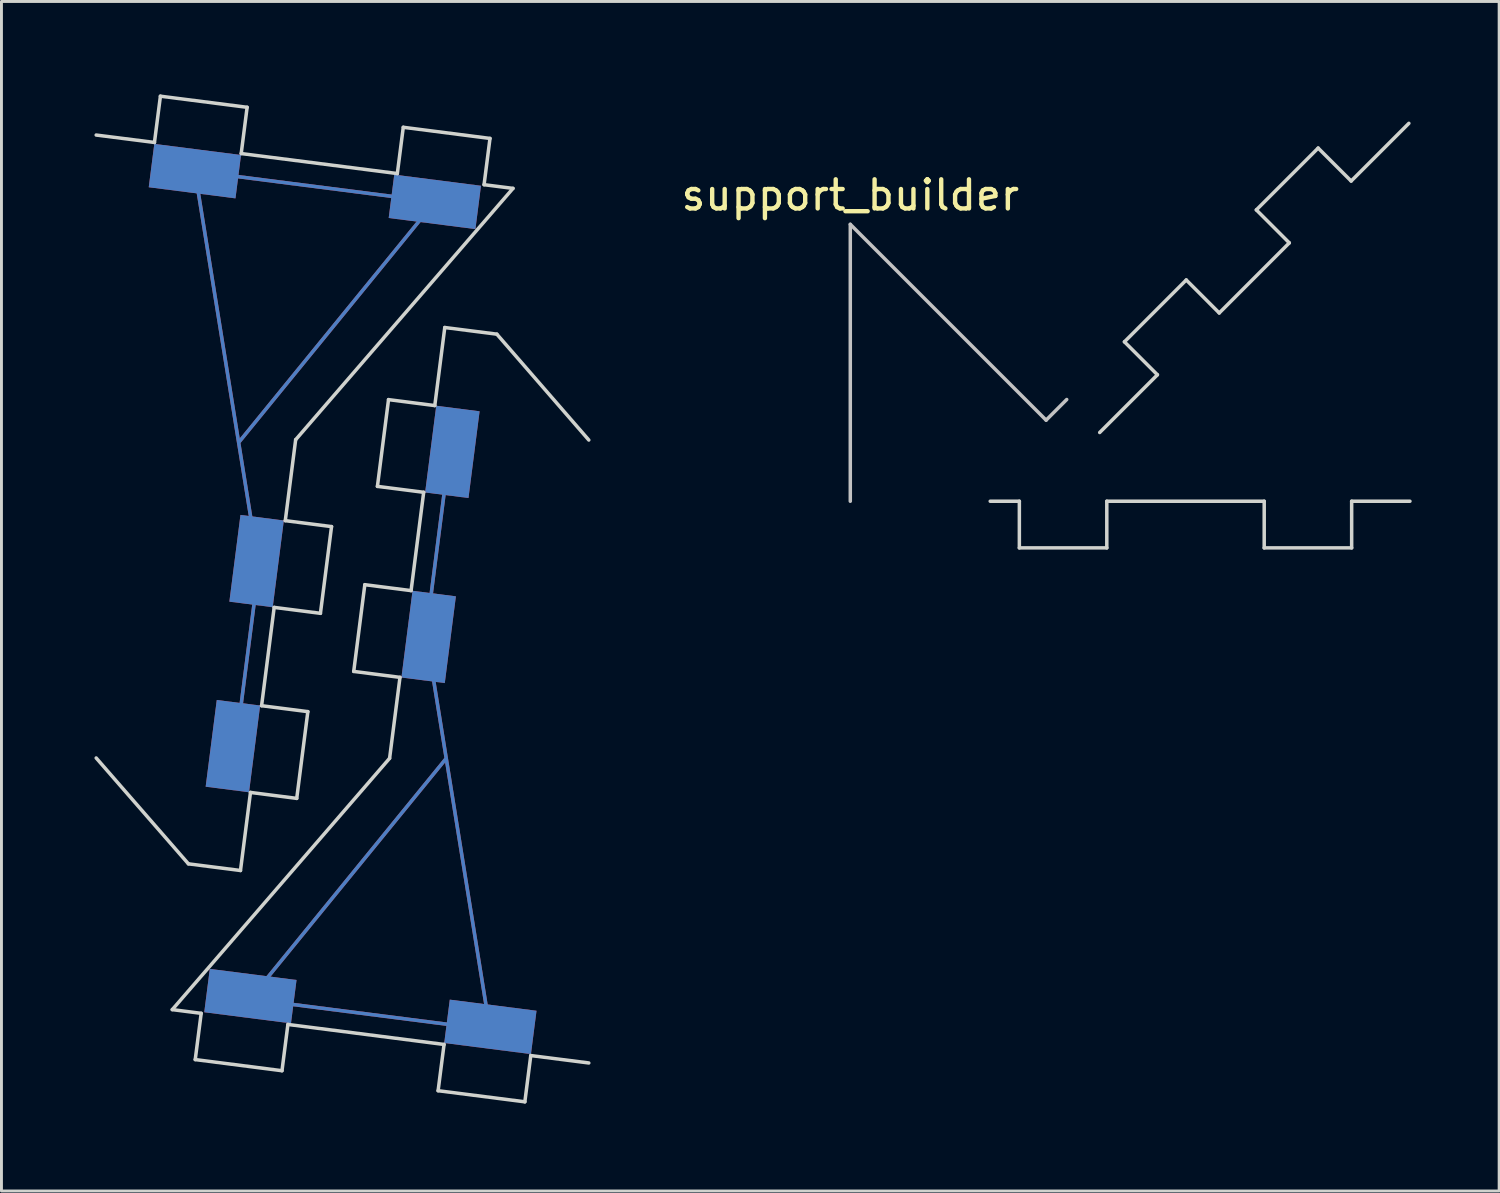
<source format=kicad_pcb>
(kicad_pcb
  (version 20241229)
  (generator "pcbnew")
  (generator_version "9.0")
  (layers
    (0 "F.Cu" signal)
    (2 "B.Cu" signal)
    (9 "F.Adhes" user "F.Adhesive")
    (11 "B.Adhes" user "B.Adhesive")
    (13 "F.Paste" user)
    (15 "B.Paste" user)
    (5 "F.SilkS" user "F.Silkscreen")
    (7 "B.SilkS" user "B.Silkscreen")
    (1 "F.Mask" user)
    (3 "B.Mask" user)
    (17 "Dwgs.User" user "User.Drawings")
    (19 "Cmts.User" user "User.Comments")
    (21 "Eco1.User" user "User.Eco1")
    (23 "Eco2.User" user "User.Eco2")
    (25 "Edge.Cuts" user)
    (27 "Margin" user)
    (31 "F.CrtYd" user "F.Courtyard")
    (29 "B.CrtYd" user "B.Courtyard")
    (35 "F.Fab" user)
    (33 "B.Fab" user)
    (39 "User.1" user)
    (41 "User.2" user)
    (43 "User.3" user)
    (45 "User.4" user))
  (footprint "support_builder"
    (layer "F.Cu")
    (at 26.121 4.646)
    (property "Reference" "support_builder" (at 0 -1 0) (layer "F.SilkS") (effects (font (size 1 1) (thickness 0.15))))
    (attr through_hole)
    (fp_line (start 9.405 4.031) (end 11.526 1.909) (stroke (width 0.12) (type solid)) (layer "B.Paste"))
    (fp_line (start 12.657 3.041) (end 10.536 5.162) (stroke (width 0.12) (type solid)) (layer "B.Paste"))
    (fp_line (start 15.061 0.636) (end 17.183 -1.485) (stroke (width 0.12) (type solid)) (layer "B.Paste"))
    (fp_line (start 16.051 -2.616) (end 13.93 -0.495) (stroke (width 0.12) (type solid)) (layer "B.Paste"))
    (fp_poly (pts (xy 10.536 5.162) (xy 8.556 7.142) (xy 7.425 6.01) (xy 9.405 4.031)) (stroke (width 0.1) (type solid)) (fill yes) (layer "B.Paste"))
    (fp_poly (pts (xy 15.061 0.636) (xy 12.657 3.041) (xy 11.526 1.909) (xy 13.93 -0.495)) (stroke (width 0.1) (type solid)) (fill yes) (layer "B.Paste"))
    (fp_poly (pts (xy 19.163 -3.465) (xy 17.183 -1.485) (xy 16.051 -2.616) (xy 18.031 -4.596)) (stroke (width 0.1) (type solid)) (fill yes) (layer "B.Paste"))
    (fp_line (start 0 0) (end 0 9.5) (stroke (width 0.12) (type solid)) (layer "Dwgs.User"))
    (fp_line (start 0 0) (end 6.718 6.718) (stroke (width 0.12) (type solid)) (layer "Dwgs.User"))
    (fp_line (start 6.718 6.718) (end 7.425 6.01) (stroke (width 0.12) (type solid)) (layer "Dwgs.User"))
    (fp_line (start 5.8 9.5) (end 8.8 9.5) (stroke (width 0.12) (type solid)) (layer "Eco1.User"))
    (fp_line (start 8.8 11.1) (end 5.8 11.1) (stroke (width 0.12) (type solid)) (layer "Eco1.User"))
    (fp_line (start 14.2 9.5) (end 17.2 9.5) (stroke (width 0.12) (type solid)) (layer "Eco1.User"))
    (fp_line (start 17.2 11.1) (end 14.2 11.1) (stroke (width 0.12) (type solid)) (layer "Eco1.User"))
    (fp_poly (pts (xy 5.8 11.1) (xy -2 11.1) (xy -2 9.5) (xy 5.8 9.5)) (stroke (width 0.1) (type solid)) (fill no) (layer "Eco1.User"))
    (fp_poly (pts (xy 14.2 11.1) (xy 8.8 11.1) (xy 8.8 9.5) (xy 14.2 9.5)) (stroke (width 0.1) (type solid)) (fill no) (layer "Eco1.User"))
    (fp_poly (pts (xy 17.2 11.1) (xy 19.2 11.1) (xy 19.2 9.5) (xy 17.2 9.5)) (stroke (width 0.1) (type solid)) (fill no) (layer "Eco1.User"))
    (fp_line (start 5.8 9.5) (end 4.8 9.5) (stroke (width 0.12) (type solid)) (layer "Edge.Cuts"))
    (fp_line (start 5.8 9.5) (end 5.8 11.1) (stroke (width 0.12) (type solid)) (layer "Edge.Cuts"))
    (fp_line (start 5.8 11.1) (end 8.8 11.1) (stroke (width 0.12) (type solid)) (layer "Edge.Cuts"))
    (fp_line (start 8.8 9.5) (end 14.2 9.5) (stroke (width 0.12) (type solid)) (layer "Edge.Cuts"))
    (fp_line (start 8.8 11.1) (end 8.8 9.5) (stroke (width 0.12) (type solid)) (layer "Edge.Cuts"))
    (fp_line (start 9.405 4.031) (end 10.536 5.162) (stroke (width 0.12) (type solid)) (layer "Edge.Cuts"))
    (fp_line (start 10.536 5.162) (end 8.556 7.142) (stroke (width 0.12) (type solid)) (layer "Edge.Cuts"))
    (fp_line (start 11.526 1.909) (end 9.405 4.031) (stroke (width 0.12) (type solid)) (layer "Edge.Cuts"))
    (fp_line (start 12.657 3.041) (end 11.526 1.909) (stroke (width 0.12) (type solid)) (layer "Edge.Cuts"))
    (fp_line (start 13.93 -0.495) (end 15.061 0.636) (stroke (width 0.12) (type solid)) (layer "Edge.Cuts"))
    (fp_line (start 14.2 9.5) (end 14.2 11.1) (stroke (width 0.12) (type solid)) (layer "Edge.Cuts"))
    (fp_line (start 14.2 11.1) (end 17.2 11.1) (stroke (width 0.12) (type solid)) (layer "Edge.Cuts"))
    (fp_line (start 15.061 0.636) (end 12.657 3.041) (stroke (width 0.12) (type solid)) (layer "Edge.Cuts"))
    (fp_line (start 16.051 -2.616) (end 13.93 -0.495) (stroke (width 0.12) (type solid)) (layer "Edge.Cuts"))
    (fp_line (start 17.183 -1.485) (end 16.051 -2.616) (stroke (width 0.12) (type solid)) (layer "Edge.Cuts"))
    (fp_line (start 17.2 9.5) (end 19.2 9.5) (stroke (width 0.12) (type solid)) (layer "Edge.Cuts"))
    (fp_line (start 17.2 11.1) (end 17.2 9.5) (stroke (width 0.12) (type solid)) (layer "Edge.Cuts"))
    (fp_line (start 19.163 -3.465) (end 17.183 -1.485) (stroke (width 0.12) (type solid)) (layer "Edge.Cuts")))
  (footprint "support_90deg"
    (layer "F.Cu")
    (at 0.25 0.25)
    (property "Reference" "support_90deg" (at 13.779 21.275 82.7) (layer "Eco1.User") (effects (font (size 1 1) (thickness 0.15))))
    (attr through_hole)
    (fp_line (start 3.386 2.571) (end 11.618 3.626) (stroke (width 0.12) (type solid)) (layer "F.Cu"))
    (fp_line (start 4.789 22.309) (end 5.577 16.16) (stroke (width 0.12) (type solid)) (layer "F.Cu"))
    (fp_line (start 5.278 30.973) (end 11.976 22.758) (stroke (width 0.12) (type solid)) (layer "F.Cu"))
    (fp_line (start 5.577 16.16) (end 3.386 2.571) (stroke (width 0.12) (type solid)) (layer "F.Cu"))
    (fp_line (start 11.319 18.439) (end 13.51 32.028) (stroke (width 0.12) (type solid)) (layer "F.Cu"))
    (fp_line (start 11.618 3.626) (end 4.92 11.841) (stroke (width 0.12) (type solid)) (layer "F.Cu"))
    (fp_line (start 12.107 12.29) (end 11.319 18.439) (stroke (width 0.12) (type solid)) (layer "F.Cu"))
    (fp_line (start 13.51 32.028) (end 5.278 30.973) (stroke (width 0.12) (type solid)) (layer "F.Cu"))
    (fp_line (start 3.386 2.571) (end 11.618 3.626) (stroke (width 0.12) (type solid)) (layer "B.Cu"))
    (fp_line (start 4.789 22.309) (end 5.577 16.16) (stroke (width 0.12) (type solid)) (layer "B.Cu"))
    (fp_line (start 5.278 30.973) (end 11.976 22.758) (stroke (width 0.12) (type solid)) (layer "B.Cu"))
    (fp_line (start 5.577 16.16) (end 3.386 2.571) (stroke (width 0.12) (type solid)) (layer "B.Cu"))
    (fp_line (start 11.319 18.439) (end 13.51 32.028) (stroke (width 0.12) (type solid)) (layer "B.Cu"))
    (fp_line (start 11.618 3.626) (end 4.92 11.841) (stroke (width 0.12) (type solid)) (layer "B.Cu"))
    (fp_line (start 12.107 12.29) (end 11.319 18.439) (stroke (width 0.12) (type solid)) (layer "B.Cu"))
    (fp_line (start 13.51 32.028) (end 5.278 30.973) (stroke (width 0.12) (type solid)) (layer "B.Cu"))
    (fp_line (start 0 22.704) (end 3.164 26.336) (stroke (width 0.12) (type solid)) (layer "Edge.Cuts"))
    (fp_line (start 1.999 1.587) (end 0 1.333) (stroke (width 0.12) (type solid)) (layer "Edge.Cuts"))
    (fp_line (start 2.203 0) (end 1.999 1.587) (stroke (width 0.12) (type solid)) (layer "Edge.Cuts"))
    (fp_line (start 3.398 33.051) (end 6.374 33.433) (stroke (width 0.12) (type solid)) (layer "Edge.Cuts"))
    (fp_line (start 3.602 31.464) (end 2.61 31.337) (stroke (width 0.12) (type solid)) (layer "Edge.Cuts"))
    (fp_line (start 3.602 31.464) (end 3.398 33.051) (stroke (width 0.12) (type solid)) (layer "Edge.Cuts"))
    (fp_line (start 4.95 26.564) (end 3.164 26.336) (stroke (width 0.12) (type solid)) (layer "Edge.Cuts"))
    (fp_line (start 4.95 26.564) (end 5.293 23.886) (stroke (width 0.12) (type solid)) (layer "Edge.Cuts"))
    (fp_line (start 4.975 1.968) (end 5.178 0.381) (stroke (width 0.12) (type solid)) (layer "Edge.Cuts"))
    (fp_line (start 5.178 0.381) (end 2.203 0) (stroke (width 0.12) (type solid)) (layer "Edge.Cuts"))
    (fp_line (start 5.293 23.886) (end 6.88 24.09) (stroke (width 0.12) (type solid)) (layer "Edge.Cuts"))
    (fp_line (start 5.674 20.911) (end 6.106 17.538) (stroke (width 0.12) (type solid)) (layer "Edge.Cuts"))
    (fp_line (start 6.106 17.538) (end 7.693 17.741) (stroke (width 0.12) (type solid)) (layer "Edge.Cuts"))
    (fp_line (start 6.374 33.433) (end 6.577 31.846) (stroke (width 0.12) (type solid)) (layer "Edge.Cuts"))
    (fp_line (start 6.487 14.562) (end 6.843 11.785) (stroke (width 0.12) (type solid)) (layer "Edge.Cuts"))
    (fp_line (start 6.577 31.846) (end 11.934 32.532) (stroke (width 0.12) (type solid)) (layer "Edge.Cuts"))
    (fp_line (start 6.843 11.785) (end 14.299 3.163) (stroke (width 0.12) (type solid)) (layer "Edge.Cuts"))
    (fp_line (start 6.88 24.09) (end 7.261 21.114) (stroke (width 0.12) (type solid)) (layer "Edge.Cuts"))
    (fp_line (start 7.261 21.114) (end 5.674 20.911) (stroke (width 0.12) (type solid)) (layer "Edge.Cuts"))
    (fp_line (start 7.693 17.741) (end 8.074 14.766) (stroke (width 0.12) (type solid)) (layer "Edge.Cuts"))
    (fp_line (start 8.074 14.766) (end 6.487 14.562) (stroke (width 0.12) (type solid)) (layer "Edge.Cuts"))
    (fp_line (start 8.835 19.734) (end 10.422 19.938) (stroke (width 0.12) (type solid)) (layer "Edge.Cuts"))
    (fp_line (start 9.216 16.759) (end 8.835 19.734) (stroke (width 0.12) (type solid)) (layer "Edge.Cuts"))
    (fp_line (start 9.648 13.386) (end 11.235 13.589) (stroke (width 0.12) (type solid)) (layer "Edge.Cuts"))
    (fp_line (start 10.029 10.41) (end 9.648 13.386) (stroke (width 0.12) (type solid)) (layer "Edge.Cuts"))
    (fp_line (start 10.066 22.715) (end 2.61 31.337) (stroke (width 0.12) (type solid)) (layer "Edge.Cuts"))
    (fp_line (start 10.331 2.654) (end 4.975 1.968) (stroke (width 0.12) (type solid)) (layer "Edge.Cuts"))
    (fp_line (start 10.422 19.938) (end 10.066 22.715) (stroke (width 0.12) (type solid)) (layer "Edge.Cuts"))
    (fp_line (start 10.535 1.067) (end 10.331 2.654) (stroke (width 0.12) (type solid)) (layer "Edge.Cuts"))
    (fp_line (start 10.803 16.962) (end 9.216 16.759) (stroke (width 0.12) (type solid)) (layer "Edge.Cuts"))
    (fp_line (start 11.235 13.589) (end 10.803 16.962) (stroke (width 0.12) (type solid)) (layer "Edge.Cuts"))
    (fp_line (start 11.616 10.614) (end 10.029 10.41) (stroke (width 0.12) (type solid)) (layer "Edge.Cuts"))
    (fp_line (start 11.934 32.532) (end 11.73 34.119) (stroke (width 0.12) (type solid)) (layer "Edge.Cuts"))
    (fp_line (start 11.959 7.936) (end 11.616 10.614) (stroke (width 0.12) (type solid)) (layer "Edge.Cuts"))
    (fp_line (start 11.959 7.936) (end 13.745 8.164) (stroke (width 0.12) (type solid)) (layer "Edge.Cuts"))
    (fp_line (start 13.307 3.036) (end 13.51 1.449) (stroke (width 0.12) (type solid)) (layer "Edge.Cuts"))
    (fp_line (start 13.307 3.036) (end 14.299 3.163) (stroke (width 0.12) (type solid)) (layer "Edge.Cuts"))
    (fp_line (start 13.51 1.449) (end 10.535 1.067) (stroke (width 0.12) (type solid)) (layer "Edge.Cuts"))
    (fp_line (start 14.706 34.5) (end 11.73 34.119) (stroke (width 0.12) (type solid)) (layer "Edge.Cuts"))
    (fp_line (start 14.706 34.5) (end 14.909 32.913) (stroke (width 0.12) (type solid)) (layer "Edge.Cuts"))
    (fp_line (start 14.909 32.913) (end 16.9 33.167) (stroke (width 0.12) (type solid)) (layer "Edge.Cuts"))
    (fp_line (start 16.9 11.796) (end 13.745 8.164) (stroke (width 0.12) (type solid)) (layer "Edge.Cuts"))
    (pad "1" smd rect (at 5.29 30.874 172.7) (size 3 1.5) (layers "F.Cu" "F.Mask" "F.Paste"))
    (pad "1" smd rect (at 5.29 30.874 172.7) (size 3 1.5) (layers "B.Cu" "B.Mask" "B.Paste"))
    (pad "1" smd rect (at 11.406 18.551 82.7) (size 3 1.5) (layers "F.Cu" "F.Mask" "F.Paste"))
    (pad "1" smd rect (at 11.406 18.551 82.7) (size 3 1.5) (layers "B.Cu" "B.Mask" "B.Paste"))
    (pad "1" smd rect (at 12.219 12.203 82.7) (size 3 1.5) (layers "F.Cu" "F.Mask" "F.Paste"))
    (pad "1" smd rect (at 12.219 12.203 82.7) (size 3 1.5) (layers "B.Cu" "B.Mask" "B.Paste"))
    (pad "1" smd rect (at 13.523 31.929 172.7) (size 3 1.5) (layers "F.Cu" "F.Mask" "F.Paste"))
    (pad "1" smd rect (at 13.523 31.929 172.7) (size 3 1.5) (layers "B.Cu" "B.Mask" "B.Paste"))
    (pad "2" smd rect (at 3.386 2.571 172.7) (size 3 1.5) (layers "F.Cu" "F.Mask" "F.Paste"))
    (pad "2" smd rect (at 3.386 2.571 172.7) (size 3 1.5) (layers "B.Cu" "B.Mask" "B.Paste"))
    (pad "2" smd rect (at 4.69 22.297 82.7) (size 3 1.5) (layers "F.Cu" "F.Mask" "F.Paste"))
    (pad "2" smd rect (at 4.69 22.297 82.7) (size 3 1.5) (layers "B.Cu" "B.Mask" "B.Paste"))
    (pad "2" smd rect (at 5.503 15.949 82.7) (size 3 1.5) (layers "F.Cu" "F.Mask" "F.Paste"))
    (pad "2" smd rect (at 5.503 15.949 82.7) (size 3 1.5) (layers "B.Cu" "B.Mask" "B.Paste"))
    (pad "2" smd rect (at 11.618 3.626 172.7) (size 3 1.5) (layers "F.Cu" "F.Mask" "F.Paste"))
    (pad "2" smd rect (at 11.618 3.626 172.7) (size 3 1.5) (layers "B.Cu" "B.Mask" "B.Paste")))
  (gr_rect
    (start -3 -3)
    (end 48.381 37.81)
    (stroke (width 0.1) (type default))
    (fill no)
    (layer "Edge.Cuts")))
</source>
